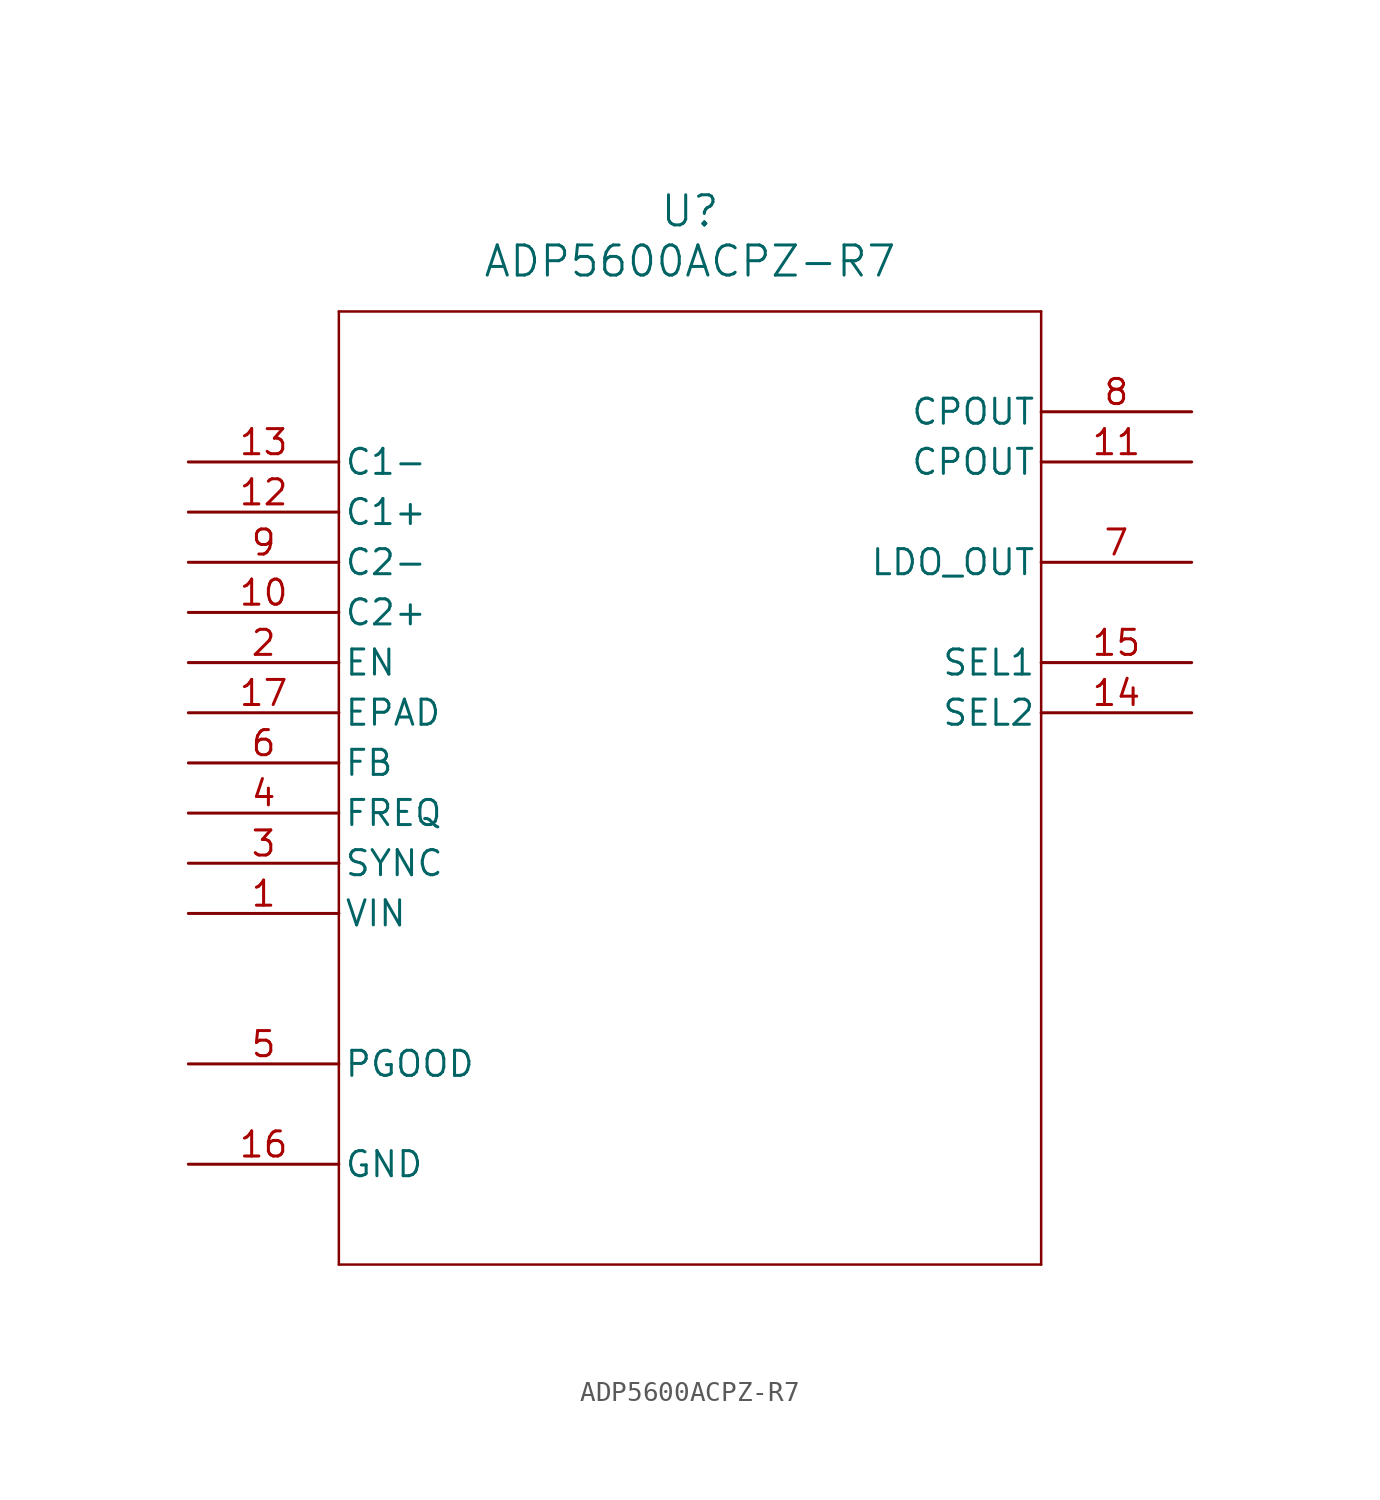
<source format=kicad_sym>
(kicad_symbol_lib
  (version 20211014)
  (generator kicad_symbol_editor)
  (symbol "ADP5600ACPZ-R7"
    (pin_names
      (offset 0.254))
    (property "Reference" "U"
      (at 25.4 12.7 0)
      (effects (font (size 1.524 1.524))))
    (property "Value" "ADP5600ACPZ-R7"
      (at 25.4 10.16 0)
      (effects (font (size 1.524 1.524))))
    (symbol "ADP5600ACPZ-R7_0_1"
      (polyline (pts (xy 7.62 7.62) (xy 7.62 -40.64)) (stroke (width 0.127) (type default) (color 0 0 0 0)) (fill (type none)))
      (polyline (pts (xy 7.62 -40.64) (xy 43.18 -40.64)) (stroke (width 0.127) (type default) (color 0 0 0 0)) (fill (type none)))
      (polyline (pts (xy 43.18 -40.64) (xy 43.18 7.62)) (stroke (width 0.127) (type default) (color 0 0 0 0)) (fill (type none)))
      (polyline (pts (xy 43.18 7.62) (xy 7.62 7.62)) (stroke (width 0.127) (type default) (color 0 0 0 0)) (fill (type none)))
      (pin unspecified line (at 0 -22.86 0) (length 7.62) (name "VIN" (effects (font (size 1.27 1.27)))) (number "1" (effects (font (size 1.27 1.27)))))
      (pin unspecified line (at 0 -10.16 0) (length 7.62) (name "EN" (effects (font (size 1.27 1.27)))) (number "2" (effects (font (size 1.27 1.27)))))
      (pin unspecified line (at 0 -20.32 0) (length 7.62) (name "SYNC" (effects (font (size 1.27 1.27)))) (number "3" (effects (font (size 1.27 1.27)))))
      (pin unspecified line (at 0 -17.78 0) (length 7.62) (name "FREQ" (effects (font (size 1.27 1.27)))) (number "4" (effects (font (size 1.27 1.27)))))
      (pin unspecified line (at 0 -30.48 0) (length 7.62) (name "PGOOD" (effects (font (size 1.27 1.27)))) (number "5" (effects (font (size 1.27 1.27)))))
      (pin unspecified line (at 0 -15.24 0) (length 7.62) (name "FB" (effects (font (size 1.27 1.27)))) (number "6" (effects (font (size 1.27 1.27)))))
      (pin unspecified line (at 50.8 -5.08 180) (length 7.62) (name "LDO_OUT" (effects (font (size 1.27 1.27)))) (number "7" (effects (font (size 1.27 1.27)))))
      (pin unspecified line (at 50.8 2.54 180) (length 7.62) (name "CPOUT" (effects (font (size 1.27 1.27)))) (number "8" (effects (font (size 1.27 1.27)))))
      (pin unspecified line (at 0 -5.08 0) (length 7.62) (name "C2-" (effects (font (size 1.27 1.27)))) (number "9" (effects (font (size 1.27 1.27)))))
      (pin unspecified line (at 0 -7.62 0) (length 7.62) (name "C2+" (effects (font (size 1.27 1.27)))) (number "10" (effects (font (size 1.27 1.27)))))
      (pin unspecified line (at 50.8 0 180) (length 7.62) (name "CPOUT" (effects (font (size 1.27 1.27)))) (number "11" (effects (font (size 1.27 1.27)))))
      (pin unspecified line (at 0 -2.54 0) (length 7.62) (name "C1+" (effects (font (size 1.27 1.27)))) (number "12" (effects (font (size 1.27 1.27)))))
      (pin unspecified line (at 0 0 0) (length 7.62) (name "C1-" (effects (font (size 1.27 1.27)))) (number "13" (effects (font (size 1.27 1.27)))))
      (pin unspecified line (at 50.8 -12.7 180) (length 7.62) (name "SEL2" (effects (font (size 1.27 1.27)))) (number "14" (effects (font (size 1.27 1.27)))))
      (pin unspecified line (at 50.8 -10.16 180) (length 7.62) (name "SEL1" (effects (font (size 1.27 1.27)))) (number "15" (effects (font (size 1.27 1.27)))))
      (pin unspecified line (at 0 -35.56 0) (length 7.62) (name "GND" (effects (font (size 1.27 1.27)))) (number "16" (effects (font (size 1.27 1.27)))))
      (pin unspecified line (at 0 -12.7 0) (length 7.62) (name "EPAD" (effects (font (size 1.27 1.27)))) (number "17" (effects (font (size 1.27 1.27))))))))
</source>
